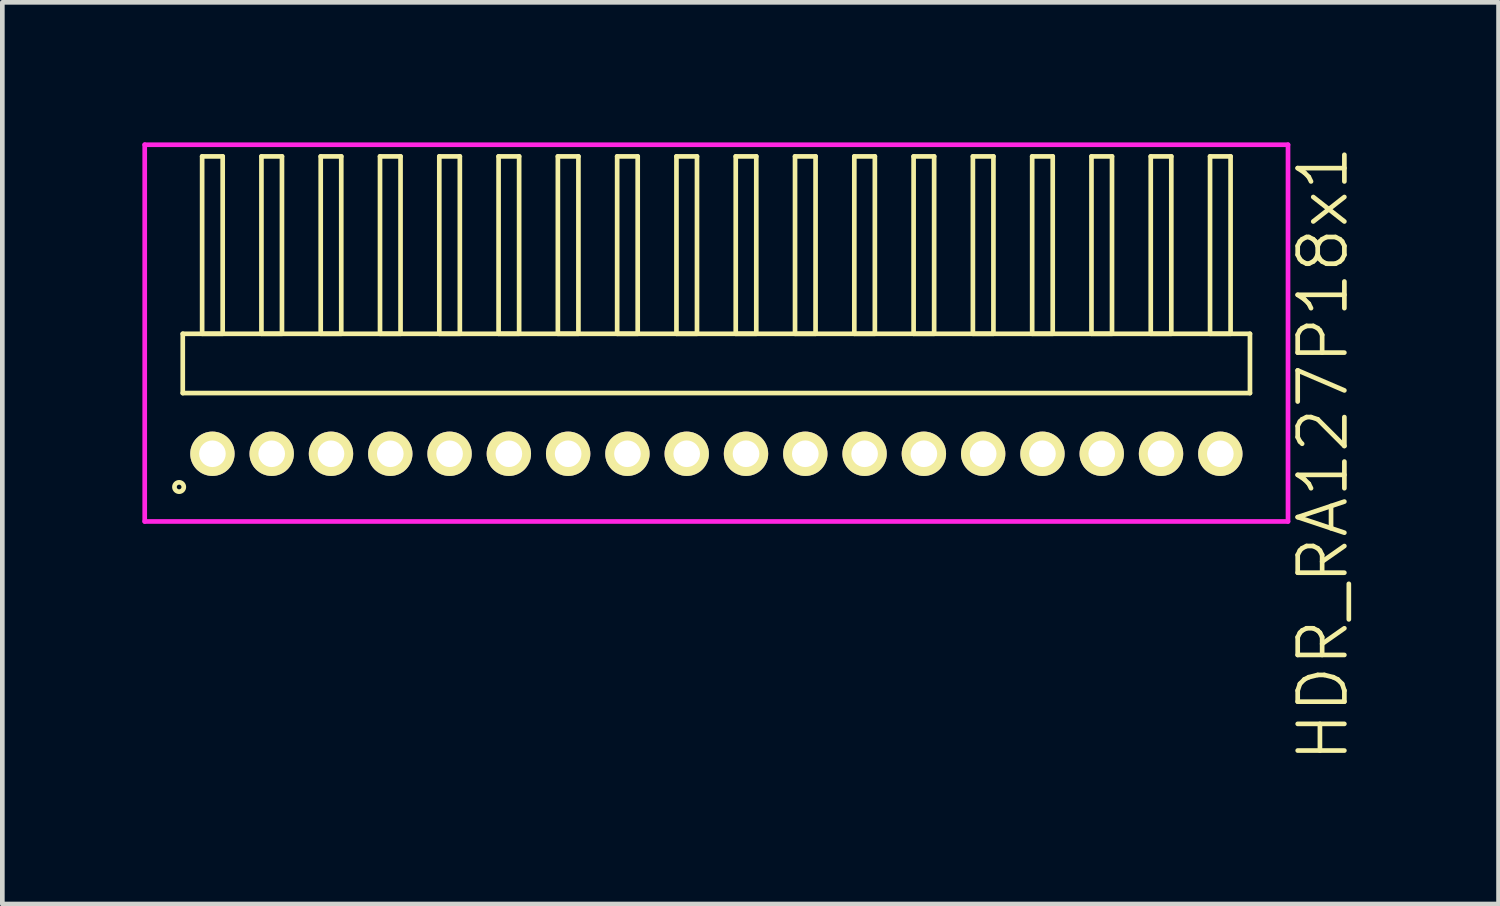
<source format=kicad_pcb>
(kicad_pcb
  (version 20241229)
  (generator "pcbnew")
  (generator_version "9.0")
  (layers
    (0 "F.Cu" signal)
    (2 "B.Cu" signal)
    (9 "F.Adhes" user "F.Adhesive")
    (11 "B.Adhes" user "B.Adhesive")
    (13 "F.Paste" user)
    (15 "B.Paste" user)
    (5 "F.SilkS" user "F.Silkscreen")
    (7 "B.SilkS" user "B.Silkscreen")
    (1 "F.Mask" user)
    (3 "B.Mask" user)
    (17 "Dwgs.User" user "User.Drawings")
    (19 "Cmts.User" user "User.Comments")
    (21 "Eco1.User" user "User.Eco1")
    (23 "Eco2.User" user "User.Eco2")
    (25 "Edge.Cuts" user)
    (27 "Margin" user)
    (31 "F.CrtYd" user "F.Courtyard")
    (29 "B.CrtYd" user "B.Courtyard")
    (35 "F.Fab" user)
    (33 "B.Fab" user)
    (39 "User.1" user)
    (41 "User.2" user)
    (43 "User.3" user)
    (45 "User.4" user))
  (footprint "HDR_RA127P18x1"
    (layer "F.Cu")
    (at 12.295 6.67)
    (property "Reference" "HDR_RA127P18x1" (at 12.995 0 90) (layer "F.SilkS") (effects (font (size 1 1) (thickness 0.1))))
    (attr through_hole)
    (fp_line (start -11.43 -2.57) (end -11.43 -1.3) (stroke (width 0.1) (type solid)) (layer "F.SilkS"))
    (fp_line (start -11.43 -1.3) (end 11.43 -1.3) (stroke (width 0.1) (type solid)) (layer "F.SilkS"))
    (fp_line (start -11.015 -6.37) (end -11.015 -2.57) (stroke (width 0.1) (type solid)) (layer "F.SilkS"))
    (fp_line (start -11.015 -2.57) (end -10.575 -2.57) (stroke (width 0.1) (type solid)) (layer "F.SilkS"))
    (fp_line (start -10.575 -6.37) (end -11.015 -6.37) (stroke (width 0.1) (type solid)) (layer "F.SilkS"))
    (fp_line (start -10.575 -2.57) (end -10.575 -6.37) (stroke (width 0.1) (type solid)) (layer "F.SilkS"))
    (fp_line (start -9.745 -6.37) (end -9.745 -2.57) (stroke (width 0.1) (type solid)) (layer "F.SilkS"))
    (fp_line (start -9.745 -2.57) (end -9.305 -2.57) (stroke (width 0.1) (type solid)) (layer "F.SilkS"))
    (fp_line (start -9.305 -6.37) (end -9.745 -6.37) (stroke (width 0.1) (type solid)) (layer "F.SilkS"))
    (fp_line (start -9.305 -2.57) (end -9.305 -6.37) (stroke (width 0.1) (type solid)) (layer "F.SilkS"))
    (fp_line (start -8.475 -6.37) (end -8.475 -2.57) (stroke (width 0.1) (type solid)) (layer "F.SilkS"))
    (fp_line (start -8.475 -2.57) (end -8.035 -2.57) (stroke (width 0.1) (type solid)) (layer "F.SilkS"))
    (fp_line (start -8.035 -6.37) (end -8.475 -6.37) (stroke (width 0.1) (type solid)) (layer "F.SilkS"))
    (fp_line (start -8.035 -2.57) (end -8.035 -6.37) (stroke (width 0.1) (type solid)) (layer "F.SilkS"))
    (fp_line (start -7.205 -6.37) (end -7.205 -2.57) (stroke (width 0.1) (type solid)) (layer "F.SilkS"))
    (fp_line (start -7.205 -2.57) (end -6.765 -2.57) (stroke (width 0.1) (type solid)) (layer "F.SilkS"))
    (fp_line (start -6.765 -6.37) (end -7.205 -6.37) (stroke (width 0.1) (type solid)) (layer "F.SilkS"))
    (fp_line (start -6.765 -2.57) (end -6.765 -6.37) (stroke (width 0.1) (type solid)) (layer "F.SilkS"))
    (fp_line (start -5.935 -6.37) (end -5.935 -2.57) (stroke (width 0.1) (type solid)) (layer "F.SilkS"))
    (fp_line (start -5.935 -2.57) (end -5.495 -2.57) (stroke (width 0.1) (type solid)) (layer "F.SilkS"))
    (fp_line (start -5.495 -6.37) (end -5.935 -6.37) (stroke (width 0.1) (type solid)) (layer "F.SilkS"))
    (fp_line (start -5.495 -2.57) (end -5.495 -6.37) (stroke (width 0.1) (type solid)) (layer "F.SilkS"))
    (fp_line (start -4.665 -6.37) (end -4.665 -2.57) (stroke (width 0.1) (type solid)) (layer "F.SilkS"))
    (fp_line (start -4.665 -2.57) (end -4.225 -2.57) (stroke (width 0.1) (type solid)) (layer "F.SilkS"))
    (fp_line (start -4.225 -6.37) (end -4.665 -6.37) (stroke (width 0.1) (type solid)) (layer "F.SilkS"))
    (fp_line (start -4.225 -2.57) (end -4.225 -6.37) (stroke (width 0.1) (type solid)) (layer "F.SilkS"))
    (fp_line (start -3.395 -6.37) (end -3.395 -2.57) (stroke (width 0.1) (type solid)) (layer "F.SilkS"))
    (fp_line (start -3.395 -2.57) (end -2.955 -2.57) (stroke (width 0.1) (type solid)) (layer "F.SilkS"))
    (fp_line (start -2.955 -6.37) (end -3.395 -6.37) (stroke (width 0.1) (type solid)) (layer "F.SilkS"))
    (fp_line (start -2.955 -2.57) (end -2.955 -6.37) (stroke (width 0.1) (type solid)) (layer "F.SilkS"))
    (fp_line (start -2.125 -6.37) (end -2.125 -2.57) (stroke (width 0.1) (type solid)) (layer "F.SilkS"))
    (fp_line (start -2.125 -2.57) (end -1.685 -2.57) (stroke (width 0.1) (type solid)) (layer "F.SilkS"))
    (fp_line (start -1.685 -6.37) (end -2.125 -6.37) (stroke (width 0.1) (type solid)) (layer "F.SilkS"))
    (fp_line (start -1.685 -2.57) (end -1.685 -6.37) (stroke (width 0.1) (type solid)) (layer "F.SilkS"))
    (fp_line (start -0.855 -6.37) (end -0.855 -2.57) (stroke (width 0.1) (type solid)) (layer "F.SilkS"))
    (fp_line (start -0.855 -2.57) (end -0.415 -2.57) (stroke (width 0.1) (type solid)) (layer "F.SilkS"))
    (fp_line (start -0.415 -6.37) (end -0.855 -6.37) (stroke (width 0.1) (type solid)) (layer "F.SilkS"))
    (fp_line (start -0.415 -2.57) (end -0.415 -6.37) (stroke (width 0.1) (type solid)) (layer "F.SilkS"))
    (fp_line (start 0.415 -6.37) (end 0.415 -2.57) (stroke (width 0.1) (type solid)) (layer "F.SilkS"))
    (fp_line (start 0.415 -2.57) (end 0.855 -2.57) (stroke (width 0.1) (type solid)) (layer "F.SilkS"))
    (fp_line (start 0.855 -6.37) (end 0.415 -6.37) (stroke (width 0.1) (type solid)) (layer "F.SilkS"))
    (fp_line (start 0.855 -2.57) (end 0.855 -6.37) (stroke (width 0.1) (type solid)) (layer "F.SilkS"))
    (fp_line (start 1.685 -6.37) (end 1.685 -2.57) (stroke (width 0.1) (type solid)) (layer "F.SilkS"))
    (fp_line (start 1.685 -2.57) (end 2.125 -2.57) (stroke (width 0.1) (type solid)) (layer "F.SilkS"))
    (fp_line (start 2.125 -6.37) (end 1.685 -6.37) (stroke (width 0.1) (type solid)) (layer "F.SilkS"))
    (fp_line (start 2.125 -2.57) (end 2.125 -6.37) (stroke (width 0.1) (type solid)) (layer "F.SilkS"))
    (fp_line (start 2.955 -6.37) (end 2.955 -2.57) (stroke (width 0.1) (type solid)) (layer "F.SilkS"))
    (fp_line (start 2.955 -2.57) (end 3.395 -2.57) (stroke (width 0.1) (type solid)) (layer "F.SilkS"))
    (fp_line (start 3.395 -6.37) (end 2.955 -6.37) (stroke (width 0.1) (type solid)) (layer "F.SilkS"))
    (fp_line (start 3.395 -2.57) (end 3.395 -6.37) (stroke (width 0.1) (type solid)) (layer "F.SilkS"))
    (fp_line (start 4.225 -6.37) (end 4.225 -2.57) (stroke (width 0.1) (type solid)) (layer "F.SilkS"))
    (fp_line (start 4.225 -2.57) (end 4.665 -2.57) (stroke (width 0.1) (type solid)) (layer "F.SilkS"))
    (fp_line (start 4.665 -6.37) (end 4.225 -6.37) (stroke (width 0.1) (type solid)) (layer "F.SilkS"))
    (fp_line (start 4.665 -2.57) (end 4.665 -6.37) (stroke (width 0.1) (type solid)) (layer "F.SilkS"))
    (fp_line (start 5.495 -6.37) (end 5.495 -2.57) (stroke (width 0.1) (type solid)) (layer "F.SilkS"))
    (fp_line (start 5.495 -2.57) (end 5.935 -2.57) (stroke (width 0.1) (type solid)) (layer "F.SilkS"))
    (fp_line (start 5.935 -6.37) (end 5.495 -6.37) (stroke (width 0.1) (type solid)) (layer "F.SilkS"))
    (fp_line (start 5.935 -2.57) (end 5.935 -6.37) (stroke (width 0.1) (type solid)) (layer "F.SilkS"))
    (fp_line (start 6.765 -6.37) (end 6.765 -2.57) (stroke (width 0.1) (type solid)) (layer "F.SilkS"))
    (fp_line (start 6.765 -2.57) (end 7.205 -2.57) (stroke (width 0.1) (type solid)) (layer "F.SilkS"))
    (fp_line (start 7.205 -6.37) (end 6.765 -6.37) (stroke (width 0.1) (type solid)) (layer "F.SilkS"))
    (fp_line (start 7.205 -2.57) (end 7.205 -6.37) (stroke (width 0.1) (type solid)) (layer "F.SilkS"))
    (fp_line (start 8.035 -6.37) (end 8.035 -2.57) (stroke (width 0.1) (type solid)) (layer "F.SilkS"))
    (fp_line (start 8.035 -2.57) (end 8.475 -2.57) (stroke (width 0.1) (type solid)) (layer "F.SilkS"))
    (fp_line (start 8.475 -6.37) (end 8.035 -6.37) (stroke (width 0.1) (type solid)) (layer "F.SilkS"))
    (fp_line (start 8.475 -2.57) (end 8.475 -6.37) (stroke (width 0.1) (type solid)) (layer "F.SilkS"))
    (fp_line (start 9.305 -6.37) (end 9.305 -2.57) (stroke (width 0.1) (type solid)) (layer "F.SilkS"))
    (fp_line (start 9.305 -2.57) (end 9.745 -2.57) (stroke (width 0.1) (type solid)) (layer "F.SilkS"))
    (fp_line (start 9.745 -6.37) (end 9.305 -6.37) (stroke (width 0.1) (type solid)) (layer "F.SilkS"))
    (fp_line (start 9.745 -2.57) (end 9.745 -6.37) (stroke (width 0.1) (type solid)) (layer "F.SilkS"))
    (fp_line (start 10.575 -6.37) (end 10.575 -2.57) (stroke (width 0.1) (type solid)) (layer "F.SilkS"))
    (fp_line (start 10.575 -2.57) (end 11.015 -2.57) (stroke (width 0.1) (type solid)) (layer "F.SilkS"))
    (fp_line (start 11.015 -6.37) (end 10.575 -6.37) (stroke (width 0.1) (type solid)) (layer "F.SilkS"))
    (fp_line (start 11.015 -2.57) (end 11.015 -6.37) (stroke (width 0.1) (type solid)) (layer "F.SilkS"))
    (fp_line (start 11.43 -2.57) (end -11.43 -2.57) (stroke (width 0.1) (type solid)) (layer "F.SilkS"))
    (fp_line (start 11.43 -1.3) (end 11.43 -2.57) (stroke (width 0.1) (type solid)) (layer "F.SilkS"))
    (fp_circle (center -11.508 0.712) (end -11.408 0.712) (stroke (width 0.1) (type solid)) (fill no) (layer "F.SilkS"))
    (fp_line (start -12.245 -6.62) (end -12.245 1.45) (stroke (width 0.1) (type solid)) (layer "F.CrtYd"))
    (fp_line (start -12.245 1.45) (end 12.245 1.45) (stroke (width 0.1) (type solid)) (layer "F.CrtYd"))
    (fp_line (start 12.245 -6.62) (end -12.245 -6.62) (stroke (width 0.1) (type solid)) (layer "F.CrtYd"))
    (fp_line (start 12.245 1.45) (end 12.245 -6.62) (stroke (width 0.1) (type solid)) (layer "F.CrtYd"))
    (pad "1" thru_hole oval (at -10.795 0) (size 0.95 0.95) (drill 0.57) (layers "*.Cu" "*.Mask" "F.SilkS"))
    (pad "2" thru_hole oval (at -9.525 0) (size 0.95 0.95) (drill 0.57) (layers "*.Cu" "*.Mask" "F.SilkS"))
    (pad "3" thru_hole oval (at -8.255 0) (size 0.95 0.95) (drill 0.57) (layers "*.Cu" "*.Mask" "F.SilkS"))
    (pad "4" thru_hole oval (at -6.985 0) (size 0.95 0.95) (drill 0.57) (layers "*.Cu" "*.Mask" "F.SilkS"))
    (pad "5" thru_hole oval (at -5.715 0) (size 0.95 0.95) (drill 0.57) (layers "*.Cu" "*.Mask" "F.SilkS"))
    (pad "6" thru_hole oval (at -4.445 0) (size 0.95 0.95) (drill 0.57) (layers "*.Cu" "*.Mask" "F.SilkS"))
    (pad "7" thru_hole oval (at -3.175 0) (size 0.95 0.95) (drill 0.57) (layers "*.Cu" "*.Mask" "F.SilkS"))
    (pad "8" thru_hole oval (at -1.905 0) (size 0.95 0.95) (drill 0.57) (layers "*.Cu" "*.Mask" "F.SilkS"))
    (pad "9" thru_hole oval (at -0.635 0) (size 0.95 0.95) (drill 0.57) (layers "*.Cu" "*.Mask" "F.SilkS"))
    (pad "10" thru_hole oval (at 0.635 0) (size 0.95 0.95) (drill 0.57) (layers "*.Cu" "*.Mask" "F.SilkS"))
    (pad "11" thru_hole oval (at 1.905 0) (size 0.95 0.95) (drill 0.57) (layers "*.Cu" "*.Mask" "F.SilkS"))
    (pad "12" thru_hole oval (at 3.175 0) (size 0.95 0.95) (drill 0.57) (layers "*.Cu" "*.Mask" "F.SilkS"))
    (pad "13" thru_hole oval (at 4.445 0) (size 0.95 0.95) (drill 0.57) (layers "*.Cu" "*.Mask" "F.SilkS"))
    (pad "14" thru_hole oval (at 5.715 0) (size 0.95 0.95) (drill 0.57) (layers "*.Cu" "*.Mask" "F.SilkS"))
    (pad "15" thru_hole oval (at 6.985 0) (size 0.95 0.95) (drill 0.57) (layers "*.Cu" "*.Mask" "F.SilkS"))
    (pad "16" thru_hole oval (at 8.255 0) (size 0.95 0.95) (drill 0.57) (layers "*.Cu" "*.Mask" "F.SilkS"))
    (pad "17" thru_hole oval (at 9.525 0) (size 0.95 0.95) (drill 0.57) (layers "*.Cu" "*.Mask" "F.SilkS"))
    (pad "18" thru_hole oval (at 10.795 0) (size 0.95 0.95) (drill 0.57) (layers "*.Cu" "*.Mask" "F.SilkS")))
  (gr_rect
    (start -3 -3)
    (end 29.05 16.315)
    (stroke (width 0.1) (type default))
    (fill no)
    (layer "Edge.Cuts")))
</source>
